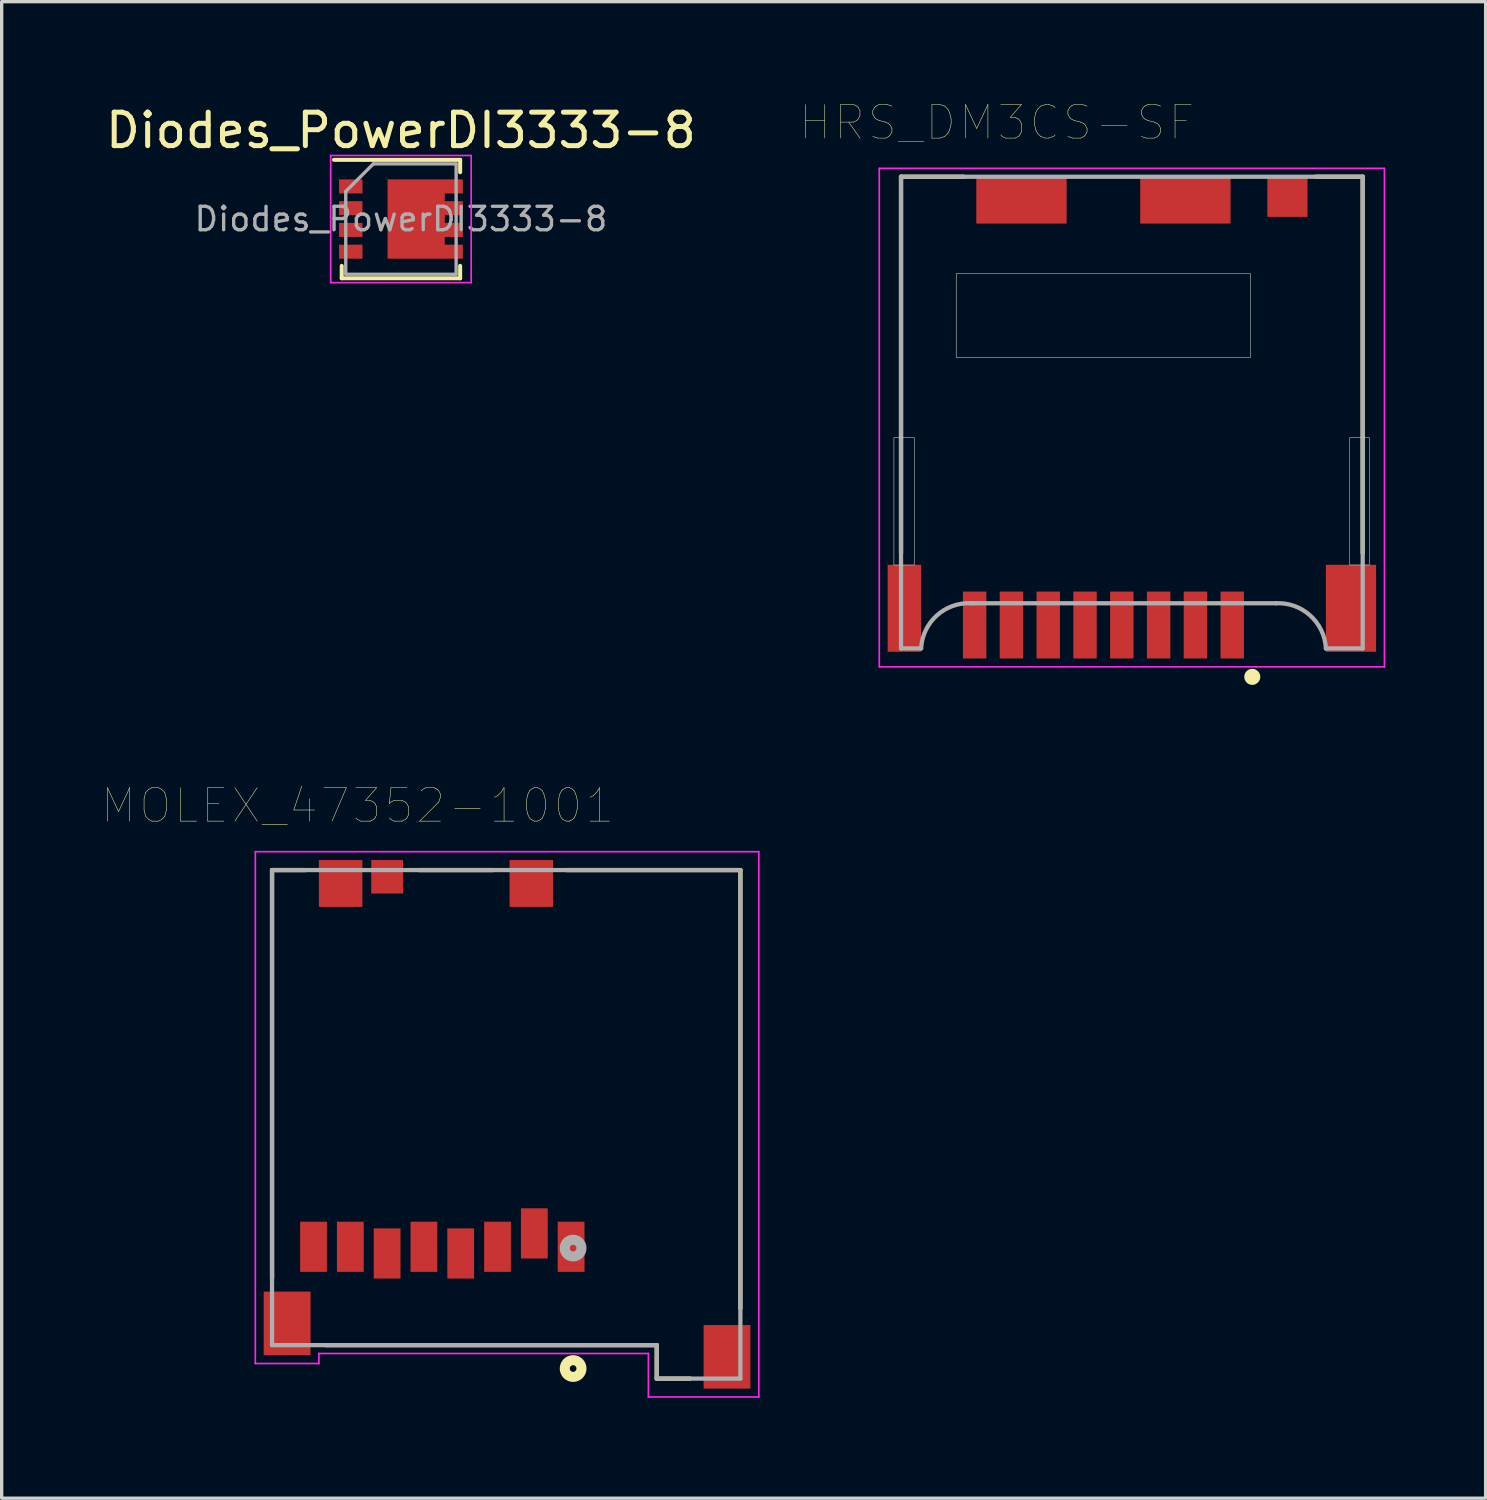
<source format=kicad_pcb>
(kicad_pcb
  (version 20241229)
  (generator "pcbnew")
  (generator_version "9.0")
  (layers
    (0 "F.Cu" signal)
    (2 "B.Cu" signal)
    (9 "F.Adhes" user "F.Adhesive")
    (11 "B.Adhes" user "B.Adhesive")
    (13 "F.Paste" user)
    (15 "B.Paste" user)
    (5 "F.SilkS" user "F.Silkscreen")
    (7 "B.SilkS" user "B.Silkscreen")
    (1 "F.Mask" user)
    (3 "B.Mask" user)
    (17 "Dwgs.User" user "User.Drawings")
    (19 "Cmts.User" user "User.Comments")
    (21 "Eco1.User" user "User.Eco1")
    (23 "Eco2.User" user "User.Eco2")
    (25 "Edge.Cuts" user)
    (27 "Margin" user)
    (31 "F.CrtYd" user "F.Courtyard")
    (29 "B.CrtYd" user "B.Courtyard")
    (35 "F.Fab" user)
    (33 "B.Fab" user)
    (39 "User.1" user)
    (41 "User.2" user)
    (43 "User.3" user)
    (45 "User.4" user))
  (footprint "MOLEX_47352-1001"
    (layer "F.Cu")
    (at 12.082 30.559)
    (property "Reference" "MOLEX_47352-1001" (at -4.445 -9.525 0) (layer "F.SilkS") (effects (font (size 1 1) (thickness 0.015))))
    (attr through_hole)
    (fp_line (start -7 -7.6) (end -7 4.6) (stroke (width 0.127) (type solid)) (layer "F.SilkS"))
    (fp_line (start -6 -7.6) (end -7 -7.6) (stroke (width 0.127) (type solid)) (layer "F.SilkS"))
    (fp_line (start -5.4 6.6) (end 4.5 6.6) (stroke (width 0.127) (type solid)) (layer "F.SilkS"))
    (fp_line (start -2.6 -7.6) (end -0.4 -7.6) (stroke (width 0.127) (type solid)) (layer "F.SilkS"))
    (fp_line (start 4.5 6.6) (end 4.5 7.6) (stroke (width 0.127) (type solid)) (layer "F.SilkS"))
    (fp_line (start 4.5 7.6) (end 5.5 7.6) (stroke (width 0.127) (type solid)) (layer "F.SilkS"))
    (fp_line (start 7 -7.6) (end 1.8 -7.6) (stroke (width 0.127) (type solid)) (layer "F.SilkS"))
    (fp_line (start 7 5.5) (end 7 -7.6) (stroke (width 0.127) (type solid)) (layer "F.SilkS"))
    (fp_circle (center 2 7.3) (end 2.1 7.3) (stroke (width 0.3) (type solid)) (fill no) (layer "F.SilkS"))
    (fp_line (start -7.5 -8.15) (end 7.55 -8.15) (stroke (width 0.05) (type solid)) (layer "F.CrtYd"))
    (fp_line (start -7.5 7.15) (end -7.5 -8.15) (stroke (width 0.05) (type solid)) (layer "F.CrtYd"))
    (fp_line (start -5.6 6.85) (end -5.6 7.15) (stroke (width 0.05) (type solid)) (layer "F.CrtYd"))
    (fp_line (start -5.6 7.15) (end -7.5 7.15) (stroke (width 0.05) (type solid)) (layer "F.CrtYd"))
    (fp_line (start 4.25 6.85) (end -5.6 6.85) (stroke (width 0.05) (type solid)) (layer "F.CrtYd"))
    (fp_line (start 4.25 8.15) (end 4.25 6.85) (stroke (width 0.05) (type solid)) (layer "F.CrtYd"))
    (fp_line (start 7.55 -8.15) (end 7.55 8.15) (stroke (width 0.05) (type solid)) (layer "F.CrtYd"))
    (fp_line (start 7.55 8.15) (end 4.25 8.15) (stroke (width 0.05) (type solid)) (layer "F.CrtYd"))
    (fp_line (start -7 -7.6) (end 7 -7.6) (stroke (width 0.127) (type solid)) (layer "F.Fab"))
    (fp_line (start -7 6.6) (end -7 -7.6) (stroke (width 0.127) (type solid)) (layer "F.Fab"))
    (fp_line (start 4.5 6.6) (end -7 6.6) (stroke (width 0.127) (type solid)) (layer "F.Fab"))
    (fp_line (start 4.5 7.6) (end 4.5 6.6) (stroke (width 0.127) (type solid)) (layer "F.Fab"))
    (fp_line (start 7 -7.6) (end 7 7.6) (stroke (width 0.127) (type solid)) (layer "F.Fab"))
    (fp_line (start 7 7.6) (end 4.5 7.6) (stroke (width 0.127) (type solid)) (layer "F.Fab"))
    (fp_circle (center 2 3.7) (end 2.1 3.7) (stroke (width 0.3) (type solid)) (fill no) (layer "F.Fab"))
    (pad "1" smd rect (at 1.94 3.66) (size 0.8 1.5) (layers "F.Cu" "F.Mask" "F.Paste"))
    (pad "2" smd rect (at 0.84 3.26) (size 0.8 1.5) (layers "F.Cu" "F.Mask" "F.Paste"))
    (pad "3" smd rect (at -0.26 3.66) (size 0.8 1.5) (layers "F.Cu" "F.Mask" "F.Paste"))
    (pad "4" smd rect (at -1.36 3.86) (size 0.8 1.5) (layers "F.Cu" "F.Mask" "F.Paste"))
    (pad "5" smd rect (at -2.46 3.66) (size 0.8 1.5) (layers "F.Cu" "F.Mask" "F.Paste"))
    (pad "6" smd rect (at -3.56 3.86) (size 0.8 1.5) (layers "F.Cu" "F.Mask" "F.Paste"))
    (pad "7" smd rect (at -4.66 3.66) (size 0.8 1.5) (layers "F.Cu" "F.Mask" "F.Paste"))
    (pad "8" smd rect (at -5.76 3.66) (size 0.8 1.5) (layers "F.Cu" "F.Mask" "F.Paste"))
    (pad "S1" smd rect (at -4.95 -7.2) (size 1.3 1.4) (layers "F.Cu" "F.Mask" "F.Paste"))
    (pad "S2" smd rect (at 0.75 -7.2) (size 1.3 1.4) (layers "F.Cu" "F.Mask" "F.Paste"))
    (pad "S3" smd rect (at -6.55 5.95) (size 1.4 1.9) (layers "F.Cu" "F.Mask" "F.Paste"))
    (pad "S4" smd rect (at 6.6 6.95) (size 1.4 1.9) (layers "F.Cu" "F.Mask" "F.Paste"))
    (pad "SW" smd rect (at -3.56 -7.4) (size 0.95 1) (layers "F.Cu" "F.Mask" "F.Paste")))
  (footprint "Diodes_PowerDI3333-8"
    (layer "F.Cu")
    (at 8.935 3.498)
    (property "Reference" "Diodes_PowerDI3333-8" (at 0 -2.65 0) (layer "F.SilkS") (effects (font (size 1 1) (thickness 0.15))))
    (attr smd)
    (fp_line (start -1.77 1.77) (end -1.77 1.4) (stroke (width 0.12) (type solid)) (layer "F.SilkS"))
    (fp_line (start -1.77 1.77) (end 1.77 1.77) (stroke (width 0.12) (type solid)) (layer "F.SilkS"))
    (fp_line (start 1.77 -1.77) (end -2 -1.77) (stroke (width 0.12) (type solid)) (layer "F.SilkS"))
    (fp_line (start 1.77 -1.77) (end 1.77 -1.4) (stroke (width 0.12) (type solid)) (layer "F.SilkS"))
    (fp_line (start 1.77 1.77) (end 1.77 1.4) (stroke (width 0.12) (type solid)) (layer "F.SilkS"))
    (fp_line (start -2.1 -1.9) (end -2.1 1.9) (stroke (width 0.05) (type solid)) (layer "F.CrtYd"))
    (fp_line (start -2.1 1.9) (end 2.1 1.9) (stroke (width 0.05) (type solid)) (layer "F.CrtYd"))
    (fp_line (start 2.1 -1.9) (end -2.1 -1.9) (stroke (width 0.05) (type solid)) (layer "F.CrtYd"))
    (fp_line (start 2.1 1.9) (end 2.1 -1.9) (stroke (width 0.05) (type solid)) (layer "F.CrtYd"))
    (fp_line (start -1.65 -0.825) (end -1.65 1.65) (stroke (width 0.1) (type solid)) (layer "F.Fab"))
    (fp_line (start -1.65 1.65) (end 1.65 1.65) (stroke (width 0.1) (type solid)) (layer "F.Fab"))
    (fp_line (start -0.825 -1.65) (end -1.65 -0.825) (stroke (width 0.1) (type solid)) (layer "F.Fab"))
    (fp_line (start 1.65 -1.65) (end -0.825 -1.65) (stroke (width 0.1) (type solid)) (layer "F.Fab"))
    (fp_line (start 1.65 1.65) (end 1.65 -1.65) (stroke (width 0.1) (type solid)) (layer "F.Fab"))
    (fp_text user "${REFERENCE}" (at 0 0 0) (layer "F.Fab") (effects (font (size 0.7 0.7) (thickness 0.1))))
    (pad "" smd rect (at 0.02 -0.565) (size 0.6 1) (layers "F.Paste"))
    (pad "" smd rect (at 0.02 0.565) (size 0.6 1) (layers "F.Paste"))
    (pad "" smd rect (at 0.73 -0.565) (size 0.6 1) (layers "F.Paste"))
    (pad "" smd rect (at 0.73 0.565) (size 0.6 1) (layers "F.Paste"))
    (pad "" smd rect (at 1.5 -0.975) (size 0.7 0.42) (layers "F.Paste"))
    (pad "" smd rect (at 1.5 -0.325) (size 0.7 0.42) (layers "F.Paste"))
    (pad "" smd rect (at 1.5 0.325) (size 0.7 0.42) (layers "F.Paste"))
    (pad "" smd rect (at 1.5 0.975) (size 0.7 0.42) (layers "F.Paste"))
    (pad "1" smd rect (at -1.5 0.975) (size 0.7 0.42) (layers "F.Cu" "F.Mask" "F.Paste"))
    (pad "2" smd custom (at 0.455 0) (size 1.71 2.37) (layers "F.Cu" "F.Mask") (options (anchor rect)) (primitives (gr_poly (pts (xy 0.855 1.185) (xy 1.395 1.185) (xy 1.395 0.765) (xy 0.855 0.765)) (width 0) (fill yes)) (gr_poly (pts (xy 0.855 0.535) (xy 1.395 0.535) (xy 1.395 0.115) (xy 0.855 0.115)) (width 0) (fill yes)) (gr_poly (pts (xy 0.855 -0.115) (xy 1.395 -0.115) (xy 1.395 -0.535) (xy 0.855 -0.535)) (width 0) (fill yes)) (gr_poly (pts (xy 0.855 -0.765) (xy 1.395 -0.765) (xy 1.395 -1.185) (xy 0.855 -1.185)) (width 0) (fill yes))))
    (pad "3" smd rect (at -1.5 -0.975) (size 0.7 0.42) (layers "F.Cu" "F.Mask" "F.Paste"))
    (pad "3" smd rect (at -1.5 -0.325) (size 0.7 0.42) (layers "F.Cu" "F.Mask" "F.Paste"))
    (pad "3" smd rect (at -1.5 0.325) (size 0.7 0.42) (layers "F.Cu" "F.Mask" "F.Paste")))
  (footprint "HRS_DM3CS-SF"
    (layer "F.Cu")
    (at 30.584 9.283)
    (property "Reference" "HRS_DM3CS-SF" (at -3.84 -8.669 0) (layer "F.SilkS") (effects (font (size 1.004 1.004) (thickness 0.015))))
    (attr through_hole)
    (fp_line (start -6.7 -7.05) (end -4.826 -7.05) (stroke (width 0.127) (type solid)) (layer "F.SilkS"))
    (fp_line (start -6.7 4.2) (end -6.7 -7.05) (stroke (width 0.127) (type solid)) (layer "F.SilkS"))
    (fp_line (start 7.1 -7.05) (end 5.7 -7.05) (stroke (width 0.127) (type solid)) (layer "F.SilkS"))
    (fp_line (start 7.1 -7.05) (end 7.1 4.2) (stroke (width 0.127) (type solid)) (layer "F.SilkS"))
    (fp_circle (center 3.8 7.9) (end 3.92 7.9) (stroke (width 0.24) (type solid)) (fill no) (layer "F.SilkS"))
    (fp_poly (pts (xy -6.912 0.75) (xy -6.3 0.75) (xy -6.3 4.558) (xy -6.912 4.558)) (stroke (width 0.01) (type solid)) (fill no) (layer "Dwgs.User"))
    (fp_poly (pts (xy -6.912 0.75) (xy -6.3 0.75) (xy -6.3 4.558) (xy -6.912 4.558)) (stroke (width 0.01) (type solid)) (fill no) (layer "Dwgs.User"))
    (fp_poly (pts (xy -5.053 -4.15) (xy 3.75 -4.15) (xy 3.75 -1.651) (xy -5.053 -1.651)) (stroke (width 0.01) (type solid)) (fill no) (layer "Dwgs.User"))
    (fp_poly (pts (xy -5.051 -4.15) (xy 3.75 -4.15) (xy 3.75 -1.65) (xy -5.051 -1.65)) (stroke (width 0.01) (type solid)) (fill no) (layer "Dwgs.User"))
    (fp_poly (pts (xy 6.71 0.75) (xy 7.3 0.75) (xy 7.3 4.556) (xy 6.71 4.556)) (stroke (width 0.01) (type solid)) (fill no) (layer "Dwgs.User"))
    (fp_poly (pts (xy 6.712 0.75) (xy 7.3 0.75) (xy 7.3 4.558) (xy 6.712 4.558)) (stroke (width 0.01) (type solid)) (fill no) (layer "Dwgs.User"))
    (fp_line (start -7.35 -7.3) (end -7.35 7.6) (stroke (width 0.05) (type solid)) (layer "F.CrtYd"))
    (fp_line (start -7.35 7.6) (end 7.75 7.6) (stroke (width 0.05) (type solid)) (layer "F.CrtYd"))
    (fp_line (start 7.75 -7.3) (end -7.35 -7.3) (stroke (width 0.05) (type solid)) (layer "F.CrtYd"))
    (fp_line (start 7.75 7.6) (end 7.75 -7.3) (stroke (width 0.05) (type solid)) (layer "F.CrtYd"))
    (fp_line (start -6.7 -7.05) (end 7.1 -7.05) (stroke (width 0.127) (type solid)) (layer "F.Fab"))
    (fp_line (start -6.7 7.05) (end -6.7 -7.05) (stroke (width 0.127) (type solid)) (layer "F.Fab"))
    (fp_line (start -6.1 7.05) (end -6.7 7.05) (stroke (width 0.127) (type solid)) (layer "F.Fab"))
    (fp_line (start 4.5 5.7) (end -4.6 5.7) (stroke (width 0.127) (type solid)) (layer "F.Fab"))
    (fp_line (start 7.1 -7.05) (end 7.1 7.05) (stroke (width 0.127) (type solid)) (layer "F.Fab"))
    (fp_line (start 7.1 7.05) (end 6 7.05) (stroke (width 0.127) (type solid)) (layer "F.Fab"))
    (fp_arc (start -6.1 7.05) (mid -5.629594 6.06434) (end -4.6 5.7) (stroke (width 0.127) (type solid)) (layer "F.Fab"))
    (fp_arc (start 4.5 5.7) (mid 5.529594 6.06434) (end 6 7.05) (stroke (width 0.127) (type solid)) (layer "F.Fab"))
    (pad "1" smd rect (at 3.2 6.35) (size 0.7 2) (layers "F.Cu" "F.Mask" "F.Paste"))
    (pad "2" smd rect (at 2.1 6.35) (size 0.7 2) (layers "F.Cu" "F.Mask" "F.Paste"))
    (pad "3" smd rect (at 1 6.35) (size 0.7 2) (layers "F.Cu" "F.Mask" "F.Paste"))
    (pad "4" smd rect (at -0.1 6.35) (size 0.7 2) (layers "F.Cu" "F.Mask" "F.Paste"))
    (pad "5" smd rect (at -1.2 6.35) (size 0.7 2) (layers "F.Cu" "F.Mask" "F.Paste"))
    (pad "6" smd rect (at -2.3 6.35) (size 0.7 2) (layers "F.Cu" "F.Mask" "F.Paste"))
    (pad "7" smd rect (at -3.4 6.35) (size 0.7 2) (layers "F.Cu" "F.Mask" "F.Paste"))
    (pad "8" smd rect (at -4.5 6.35) (size 0.7 2) (layers "F.Cu" "F.Mask" "F.Paste"))
    (pad "9" smd rect (at 1.8 -6.35) (size 2.7 1.4) (layers "F.Cu" "F.Mask" "F.Paste"))
    (pad "S1" smd rect (at -6.6 5.85) (size 1 2.6) (layers "F.Cu" "F.Mask" "F.Paste"))
    (pad "S2" smd rect (at 6.75 5.85) (size 1.5 2.6) (layers "F.Cu" "F.Mask" "F.Paste"))
    (pad "S3" smd rect (at -3.1 -6.35) (size 2.7 1.4) (layers "F.Cu" "F.Mask" "F.Paste"))
    (pad "S5" smd rect (at 4.85 -6.45) (size 1.2 1.2) (layers "F.Cu" "F.Mask" "F.Paste")))
  (gr_rect
    (start -3 -3)
    (end 41.359 41.734)
    (stroke (width 0.1) (type default))
    (fill no)
    (layer "Edge.Cuts")))
</source>
